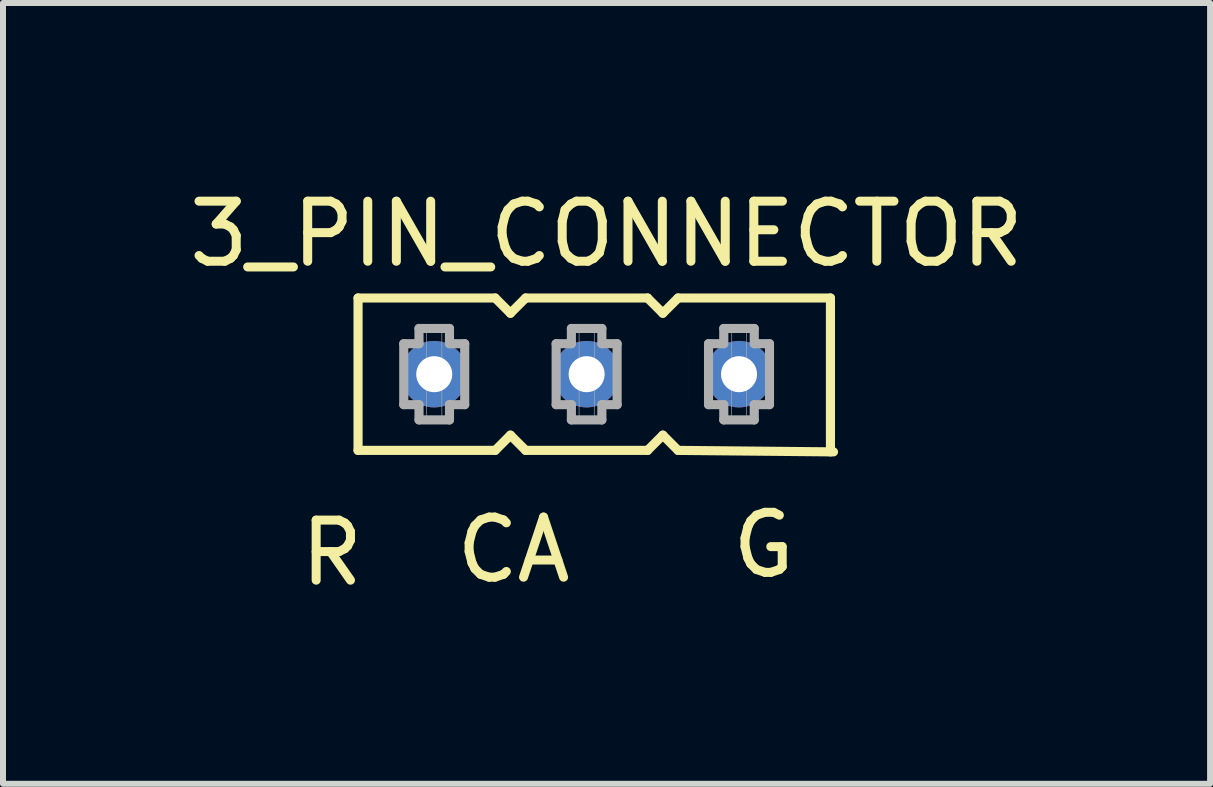
<source format=kicad_pcb>
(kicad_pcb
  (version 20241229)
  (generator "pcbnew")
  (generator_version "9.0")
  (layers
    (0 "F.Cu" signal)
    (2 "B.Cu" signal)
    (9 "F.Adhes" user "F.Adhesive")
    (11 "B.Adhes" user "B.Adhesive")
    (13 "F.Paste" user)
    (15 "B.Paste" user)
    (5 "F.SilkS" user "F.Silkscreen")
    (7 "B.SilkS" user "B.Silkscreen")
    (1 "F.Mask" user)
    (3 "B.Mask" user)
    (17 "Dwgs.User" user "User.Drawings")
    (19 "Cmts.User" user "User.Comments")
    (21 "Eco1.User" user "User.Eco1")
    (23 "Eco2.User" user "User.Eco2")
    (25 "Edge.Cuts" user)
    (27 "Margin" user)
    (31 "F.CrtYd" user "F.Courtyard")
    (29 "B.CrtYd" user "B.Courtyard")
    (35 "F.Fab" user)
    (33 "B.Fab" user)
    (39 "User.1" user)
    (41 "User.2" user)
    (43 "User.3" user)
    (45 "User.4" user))
  (footprint "3_PIN_CONNECTOR"
    (layer "F.Cu")
    (at 5.458 1.917)
    (property "Reference" "3_PIN_CONNECTOR" (at 1.602 -1.068 0) (layer "F.SilkS") (effects (font (size 1.001 1.001) (thickness 0.15))))
    (attr through_hole)
    (fp_line (start -2.54 0) (end -2.54 2.54) (stroke (width 0.152) (type solid)) (layer "F.SilkS"))
    (fp_line (start -2.54 2.54) (end -0.254 2.54) (stroke (width 0.152) (type solid)) (layer "F.SilkS"))
    (fp_line (start -0.254 0) (end -2.54 0) (stroke (width 0.152) (type solid)) (layer "F.SilkS"))
    (fp_line (start -0.254 2.54) (end 0 2.286) (stroke (width 0.152) (type solid)) (layer "F.SilkS"))
    (fp_line (start 0 0.254) (end -0.254 0) (stroke (width 0.152) (type solid)) (layer "F.SilkS"))
    (fp_line (start 0 2.286) (end 0.254 2.54) (stroke (width 0.152) (type solid)) (layer "F.SilkS"))
    (fp_line (start 0.254 0) (end 0 0.254) (stroke (width 0.152) (type solid)) (layer "F.SilkS"))
    (fp_line (start 0.254 2.54) (end 2.286 2.54) (stroke (width 0.152) (type solid)) (layer "F.SilkS"))
    (fp_line (start 2.286 0) (end 0.254 0) (stroke (width 0.152) (type solid)) (layer "F.SilkS"))
    (fp_line (start 2.286 2.54) (end 2.54 2.286) (stroke (width 0.152) (type solid)) (layer "F.SilkS"))
    (fp_line (start 2.54 0.254) (end 2.286 0) (stroke (width 0.152) (type solid)) (layer "F.SilkS"))
    (fp_line (start 2.54 2.286) (end 2.794 2.54) (stroke (width 0.152) (type solid)) (layer "F.SilkS"))
    (fp_line (start 2.794 0) (end 2.54 0.254) (stroke (width 0.152) (type solid)) (layer "F.SilkS"))
    (fp_line (start 2.794 2.54) (end 5.385 2.565) (stroke (width 0.152) (type solid)) (layer "F.SilkS"))
    (fp_line (start 5.334 0) (end 2.794 0) (stroke (width 0.152) (type solid)) (layer "F.SilkS"))
    (fp_line (start 5.334 2.565) (end 5.334 0) (stroke (width 0.152) (type solid)) (layer "F.SilkS"))
    (fp_line (start -1.778 0.762) (end -1.778 1.778) (stroke (width 0.152) (type solid)) (layer "F.Fab"))
    (fp_line (start -1.778 1.778) (end -1.524 1.778) (stroke (width 0.152) (type solid)) (layer "F.Fab"))
    (fp_line (start -1.524 0.508) (end -1.524 0.762) (stroke (width 0.152) (type solid)) (layer "F.Fab"))
    (fp_line (start -1.524 0.762) (end -1.778 0.762) (stroke (width 0.152) (type solid)) (layer "F.Fab"))
    (fp_line (start -1.524 1.778) (end -1.524 2.032) (stroke (width 0.152) (type solid)) (layer "F.Fab"))
    (fp_line (start -1.524 2.032) (end -1.016 2.032) (stroke (width 0.152) (type solid)) (layer "F.Fab"))
    (fp_line (start -1.016 0.508) (end -1.524 0.508) (stroke (width 0.152) (type solid)) (layer "F.Fab"))
    (fp_line (start -1.016 0.762) (end -1.016 0.508) (stroke (width 0.152) (type solid)) (layer "F.Fab"))
    (fp_line (start -1.016 1.778) (end -0.762 1.778) (stroke (width 0.152) (type solid)) (layer "F.Fab"))
    (fp_line (start -1.016 2.032) (end -1.016 1.778) (stroke (width 0.152) (type solid)) (layer "F.Fab"))
    (fp_line (start -0.762 0.762) (end -1.016 0.762) (stroke (width 0.152) (type solid)) (layer "F.Fab"))
    (fp_line (start -0.762 1.778) (end -0.762 0.762) (stroke (width 0.152) (type solid)) (layer "F.Fab"))
    (fp_line (start 0.762 0.762) (end 0.762 1.778) (stroke (width 0.152) (type solid)) (layer "F.Fab"))
    (fp_line (start 0.762 1.778) (end 1.016 1.778) (stroke (width 0.152) (type solid)) (layer "F.Fab"))
    (fp_line (start 1.016 0.508) (end 1.016 0.762) (stroke (width 0.152) (type solid)) (layer "F.Fab"))
    (fp_line (start 1.016 0.762) (end 0.762 0.762) (stroke (width 0.152) (type solid)) (layer "F.Fab"))
    (fp_line (start 1.016 1.778) (end 1.016 2.032) (stroke (width 0.152) (type solid)) (layer "F.Fab"))
    (fp_line (start 1.016 2.032) (end 1.524 2.032) (stroke (width 0.152) (type solid)) (layer "F.Fab"))
    (fp_line (start 1.524 0.508) (end 1.016 0.508) (stroke (width 0.152) (type solid)) (layer "F.Fab"))
    (fp_line (start 1.524 0.762) (end 1.524 0.508) (stroke (width 0.152) (type solid)) (layer "F.Fab"))
    (fp_line (start 1.524 1.778) (end 1.778 1.778) (stroke (width 0.152) (type solid)) (layer "F.Fab"))
    (fp_line (start 1.524 2.032) (end 1.524 1.778) (stroke (width 0.152) (type solid)) (layer "F.Fab"))
    (fp_line (start 1.778 0.762) (end 1.524 0.762) (stroke (width 0.152) (type solid)) (layer "F.Fab"))
    (fp_line (start 1.778 1.778) (end 1.778 0.762) (stroke (width 0.152) (type solid)) (layer "F.Fab"))
    (fp_line (start 3.302 0.762) (end 3.302 1.778) (stroke (width 0.152) (type solid)) (layer "F.Fab"))
    (fp_line (start 3.302 1.778) (end 3.556 1.778) (stroke (width 0.152) (type solid)) (layer "F.Fab"))
    (fp_line (start 3.556 0.508) (end 3.556 0.762) (stroke (width 0.152) (type solid)) (layer "F.Fab"))
    (fp_line (start 3.556 0.762) (end 3.302 0.762) (stroke (width 0.152) (type solid)) (layer "F.Fab"))
    (fp_line (start 3.556 1.778) (end 3.556 2.032) (stroke (width 0.152) (type solid)) (layer "F.Fab"))
    (fp_line (start 3.556 2.032) (end 4.064 2.032) (stroke (width 0.152) (type solid)) (layer "F.Fab"))
    (fp_line (start 4.064 0.508) (end 3.556 0.508) (stroke (width 0.152) (type solid)) (layer "F.Fab"))
    (fp_line (start 4.064 0.762) (end 4.064 0.508) (stroke (width 0.152) (type solid)) (layer "F.Fab"))
    (fp_line (start 4.064 1.778) (end 4.318 1.778) (stroke (width 0.152) (type solid)) (layer "F.Fab"))
    (fp_line (start 4.064 2.032) (end 4.064 1.778) (stroke (width 0.152) (type solid)) (layer "F.Fab"))
    (fp_line (start 4.318 0.762) (end 4.064 0.762) (stroke (width 0.152) (type solid)) (layer "F.Fab"))
    (fp_line (start 4.318 1.778) (end 4.318 0.762) (stroke (width 0.152) (type solid)) (layer "F.Fab"))
    (fp_poly (pts (xy -1.399 1.524) (xy -1.143 1.524) (xy -1.143 2.034) (xy -1.399 2.034)) (stroke (width 0.01) (type solid)) (fill no) (layer "F.Fab"))
    (fp_poly (pts (xy -1.398 0.508) (xy -1.143 0.508) (xy -1.143 1.017) (xy -1.398 1.017)) (stroke (width 0.01) (type solid)) (fill no) (layer "F.Fab"))
    (fp_poly (pts (xy 1.144 0.508) (xy 1.397 0.508) (xy 1.397 1.017) (xy 1.144 1.017)) (stroke (width 0.01) (type solid)) (fill no) (layer "F.Fab"))
    (fp_poly (pts (xy 1.144 1.524) (xy 1.397 1.524) (xy 1.397 2.035) (xy 1.144 2.035)) (stroke (width 0.01) (type solid)) (fill no) (layer "F.Fab"))
    (fp_poly (pts (xy 3.688 1.524) (xy 3.937 1.524) (xy 3.937 2.035) (xy 3.688 2.035)) (stroke (width 0.01) (type solid)) (fill no) (layer "F.Fab"))
    (fp_poly (pts (xy 3.689 0.508) (xy 3.937 0.508) (xy 3.937 1.018) (xy 3.689 1.018)) (stroke (width 0.01) (type solid)) (fill no) (layer "F.Fab"))
    (fp_text user "R" (at -2.976 4.248 0) (layer "F.SilkS") (effects (font (size 1.001 1.001) (thickness 0.15))))
    (fp_text user "CA" (at 0.051 4.198 0) (layer "F.SilkS") (effects (font (size 1.002 1.002) (thickness 0.15))))
    (fp_text user "G" (at 4.22 4.118 0) (layer "F.SilkS") (effects (font (size 1.001 1.001) (thickness 0.15))))
    (pad "CA" thru_hole circle (at 1.27 1.27) (size 1.108 1.108) (drill 0.6) (layers "*.Cu" "*.Mask"))
    (pad "G" thru_hole circle (at 3.81 1.27) (size 1.108 1.108) (drill 0.6) (layers "*.Cu" "*.Mask"))
    (pad "R" thru_hole circle (at -1.27 1.27) (size 1.108 1.108) (drill 0.6) (layers "*.Cu" "*.Mask")))
  (gr_rect
    (start -3 -3)
    (end 17.12 10.014)
    (stroke (width 0.1) (type default))
    (fill no)
    (layer "Edge.Cuts")))
</source>
